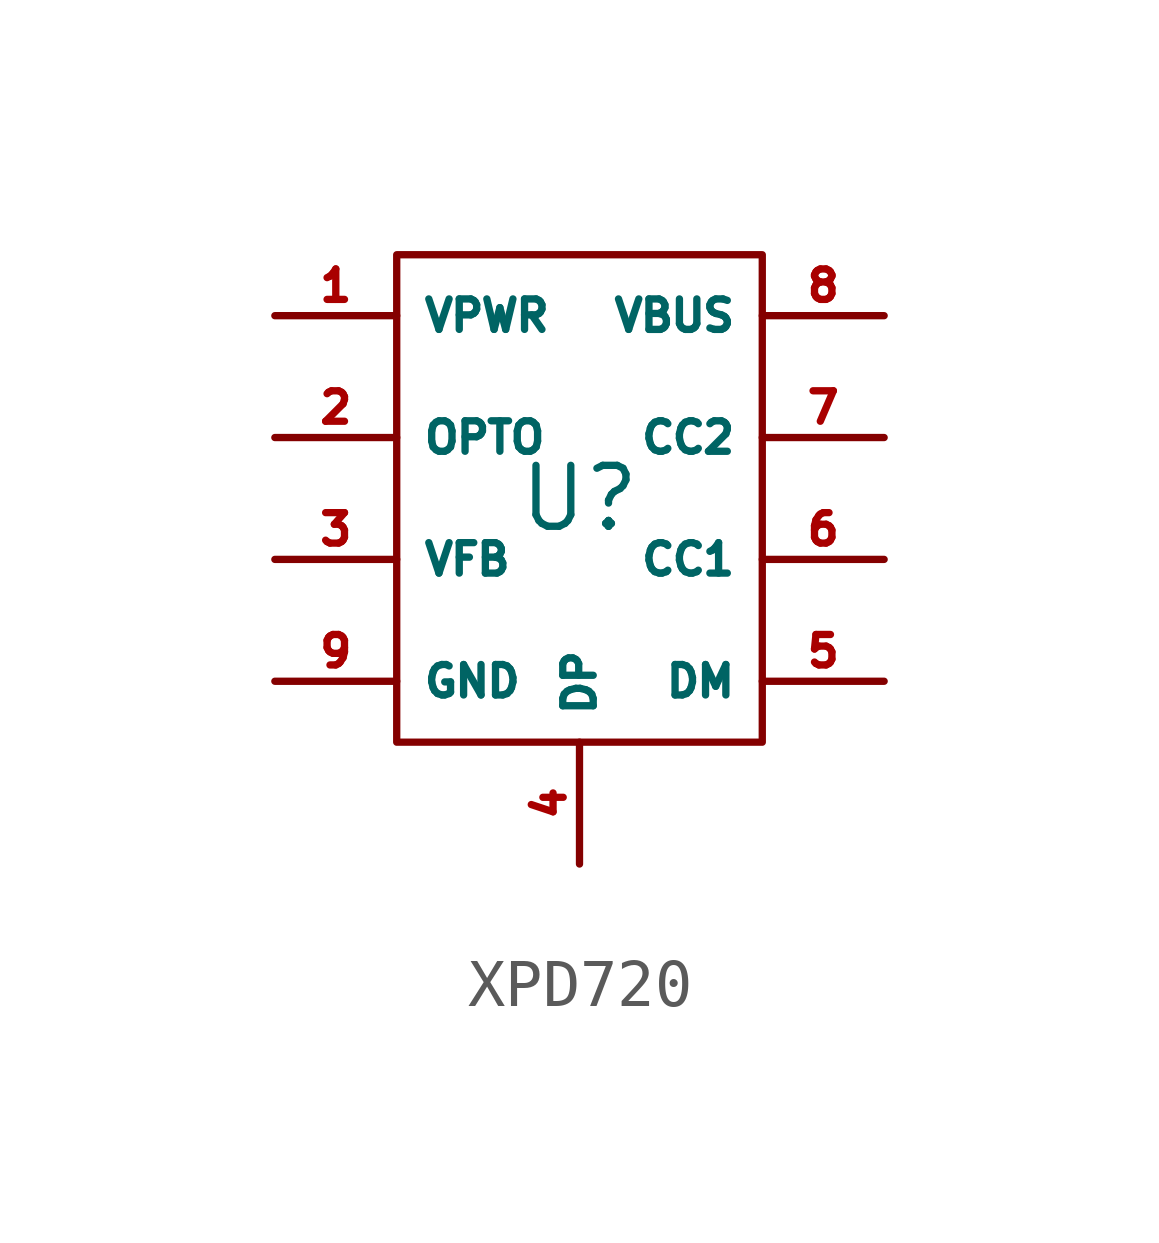
<source format=kicad_sym>
(kicad_symbol_lib
  (version 20231120)
  (generator "kicad_symbol_editor")
  (generator_version "8.0")
  (symbol "XPD720"
    (property "Reference" "U"
      (at 0 0 0)
      (effects (font (size 1.27 1.27))))
    (property "Value" ""
      (at 0 0 0)
      (effects (font (size 1.27 1.27))))
    (symbol "XPD720_1_1"
      (rectangle (start -3.81 5.08) (end 3.81 -5.08) (stroke (width 0) (type default)) (fill (type none)))
      (pin input line (at -6.35 3.81 0) (length 2.54) (name "VPWR" (effects (font (size 0.635 0.635)))) (number "1" (effects (font (size 0.635 0.635)))))
      (pin bidirectional line (at -6.35 1.27 0) (length 2.54) (name "OPTO" (effects (font (size 0.635 0.635)))) (number "2" (effects (font (size 0.635 0.635)))))
      (pin bidirectional line (at -6.35 -1.27 0) (length 2.54) (name "VFB" (effects (font (size 0.635 0.635)))) (number "3" (effects (font (size 0.635 0.635)))))
      (pin bidirectional line (at 0 -7.62 90) (length 2.54) (name "DP" (effects (font (size 0.635 0.635)))) (number "4" (effects (font (size 0.635 0.635)))))
      (pin bidirectional line (at 6.35 -3.81 180) (length 2.54) (name "DM" (effects (font (size 0.635 0.635)))) (number "5" (effects (font (size 0.635 0.635)))))
      (pin bidirectional line (at 6.35 -1.27 180) (length 2.54) (name "CC1" (effects (font (size 0.635 0.635)))) (number "6" (effects (font (size 0.635 0.635)))))
      (pin bidirectional line (at 6.35 1.27 180) (length 2.54) (name "CC2" (effects (font (size 0.635 0.635)))) (number "7" (effects (font (size 0.635 0.635)))))
      (pin output line (at 6.35 3.81 180) (length 2.54) (name "VBUS" (effects (font (size 0.635 0.635)))) (number "8" (effects (font (size 0.635 0.635)))))
      (pin bidirectional line (at -6.35 -3.81 0) (length 2.54) (name "GND" (effects (font (size 0.635 0.635)))) (number "9" (effects (font (size 0.635 0.635))))))))
</source>
